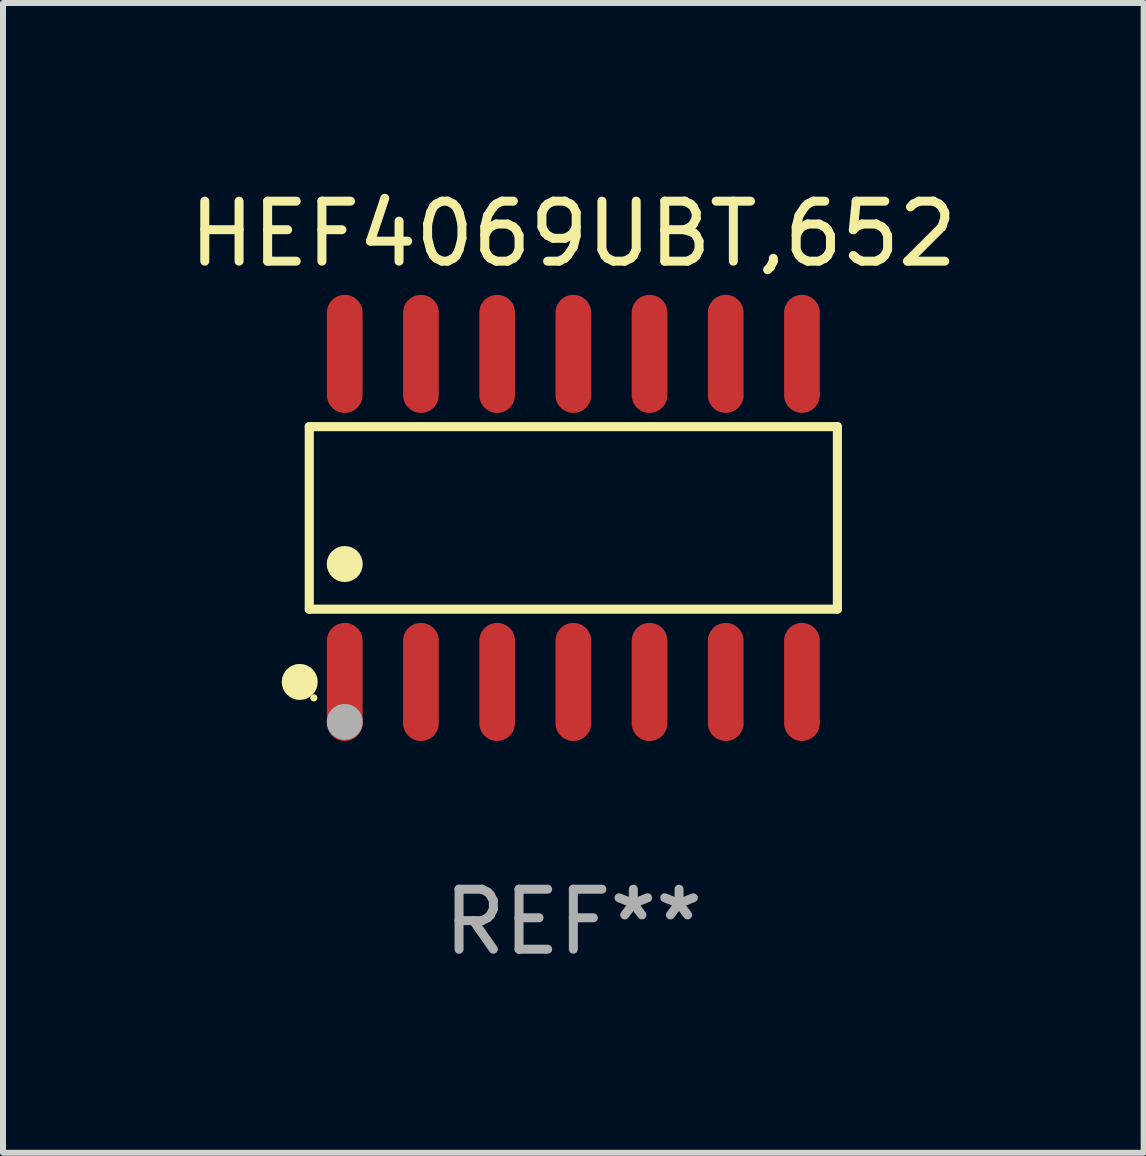
<source format=kicad_pcb>
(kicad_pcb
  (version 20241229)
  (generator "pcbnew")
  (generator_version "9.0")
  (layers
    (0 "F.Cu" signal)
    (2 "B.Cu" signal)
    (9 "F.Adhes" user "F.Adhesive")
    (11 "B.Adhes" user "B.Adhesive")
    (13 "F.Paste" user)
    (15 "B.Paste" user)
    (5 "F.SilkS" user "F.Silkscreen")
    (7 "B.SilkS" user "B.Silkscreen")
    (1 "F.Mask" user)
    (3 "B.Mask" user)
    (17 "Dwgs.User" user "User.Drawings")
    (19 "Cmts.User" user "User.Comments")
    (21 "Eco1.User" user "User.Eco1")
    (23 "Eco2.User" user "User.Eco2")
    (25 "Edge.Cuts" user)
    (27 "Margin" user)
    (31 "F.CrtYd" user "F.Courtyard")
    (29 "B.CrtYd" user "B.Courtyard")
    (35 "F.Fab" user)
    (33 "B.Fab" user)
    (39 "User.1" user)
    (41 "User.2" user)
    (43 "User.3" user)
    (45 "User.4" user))
  (footprint "HEF4069UBT,652"
    (layer "F.Cu")
    (at 6.506 5.582)
    (property "Reference" "HEF4069UBT,652" (at 0 -4.734 0) (layer "F.SilkS") (effects (font (size 1 1) (thickness 0.15))))
    (attr through_hole)
    (fp_line (start -4.401 -1.521) (end 4.401 -1.521) (stroke (width 0.152) (type solid)) (layer "F.SilkS"))
    (fp_line (start -4.401 1.521) (end -4.401 -1.521) (stroke (width 0.152) (type solid)) (layer "F.SilkS"))
    (fp_line (start 4.401 -1.521) (end 4.401 1.521) (stroke (width 0.152) (type solid)) (layer "F.SilkS"))
    (fp_line (start 4.401 1.521) (end -4.401 1.521) (stroke (width 0.152) (type solid)) (layer "F.SilkS"))
    (fp_circle (center -4.56 2.734) (end -4.41 2.734) (stroke (width 0.3) (type solid)) (fill no) (layer "F.SilkS"))
    (fp_circle (center -4.325 3) (end -4.295 3) (stroke (width 0.06) (type solid)) (fill no) (layer "F.SilkS"))
    (fp_circle (center -3.81 0.769) (end -3.66 0.769) (stroke (width 0.3) (type solid)) (fill no) (layer "F.SilkS"))
    (fp_circle (center -3.81 3.4) (end -3.66 3.4) (stroke (width 0.3) (type solid)) (fill no) (layer "F.Fab"))
    (fp_text user "REF**" (at 0 6.734 0) (layer "F.Fab") (effects (font (size 1 1) (thickness 0.15))))
    (pad "1" smd oval (at -3.81 2.734) (size 0.595 1.968) (layers "F.Cu" "F.Mask" "F.Paste"))
    (pad "2" smd oval (at -2.54 2.734) (size 0.595 1.968) (layers "F.Cu" "F.Mask" "F.Paste"))
    (pad "3" smd oval (at -1.27 2.734) (size 0.595 1.968) (layers "F.Cu" "F.Mask" "F.Paste"))
    (pad "4" smd oval (at 0 2.734) (size 0.595 1.968) (layers "F.Cu" "F.Mask" "F.Paste"))
    (pad "5" smd oval (at 1.27 2.734) (size 0.595 1.968) (layers "F.Cu" "F.Mask" "F.Paste"))
    (pad "6" smd oval (at 2.54 2.734) (size 0.595 1.968) (layers "F.Cu" "F.Mask" "F.Paste"))
    (pad "7" smd oval (at 3.81 2.734) (size 0.595 1.968) (layers "F.Cu" "F.Mask" "F.Paste"))
    (pad "8" smd oval (at 3.81 -2.734) (size 0.595 1.968) (layers "F.Cu" "F.Mask" "F.Paste"))
    (pad "9" smd oval (at 2.54 -2.734) (size 0.595 1.968) (layers "F.Cu" "F.Mask" "F.Paste"))
    (pad "10" smd oval (at 1.27 -2.734) (size 0.595 1.968) (layers "F.Cu" "F.Mask" "F.Paste"))
    (pad "11" smd oval (at 0 -2.734) (size 0.595 1.968) (layers "F.Cu" "F.Mask" "F.Paste"))
    (pad "12" smd oval (at -1.27 -2.734) (size 0.595 1.968) (layers "F.Cu" "F.Mask" "F.Paste"))
    (pad "13" smd oval (at -2.54 -2.734) (size 0.595 1.968) (layers "F.Cu" "F.Mask" "F.Paste"))
    (pad "14" smd oval (at -3.81 -2.734) (size 0.595 1.968) (layers "F.Cu" "F.Mask" "F.Paste")))
  (gr_rect
    (start -3 -3)
    (end 16.012 16.164)
    (stroke (width 0.1) (type default))
    (fill no)
    (layer "Edge.Cuts")))
</source>
